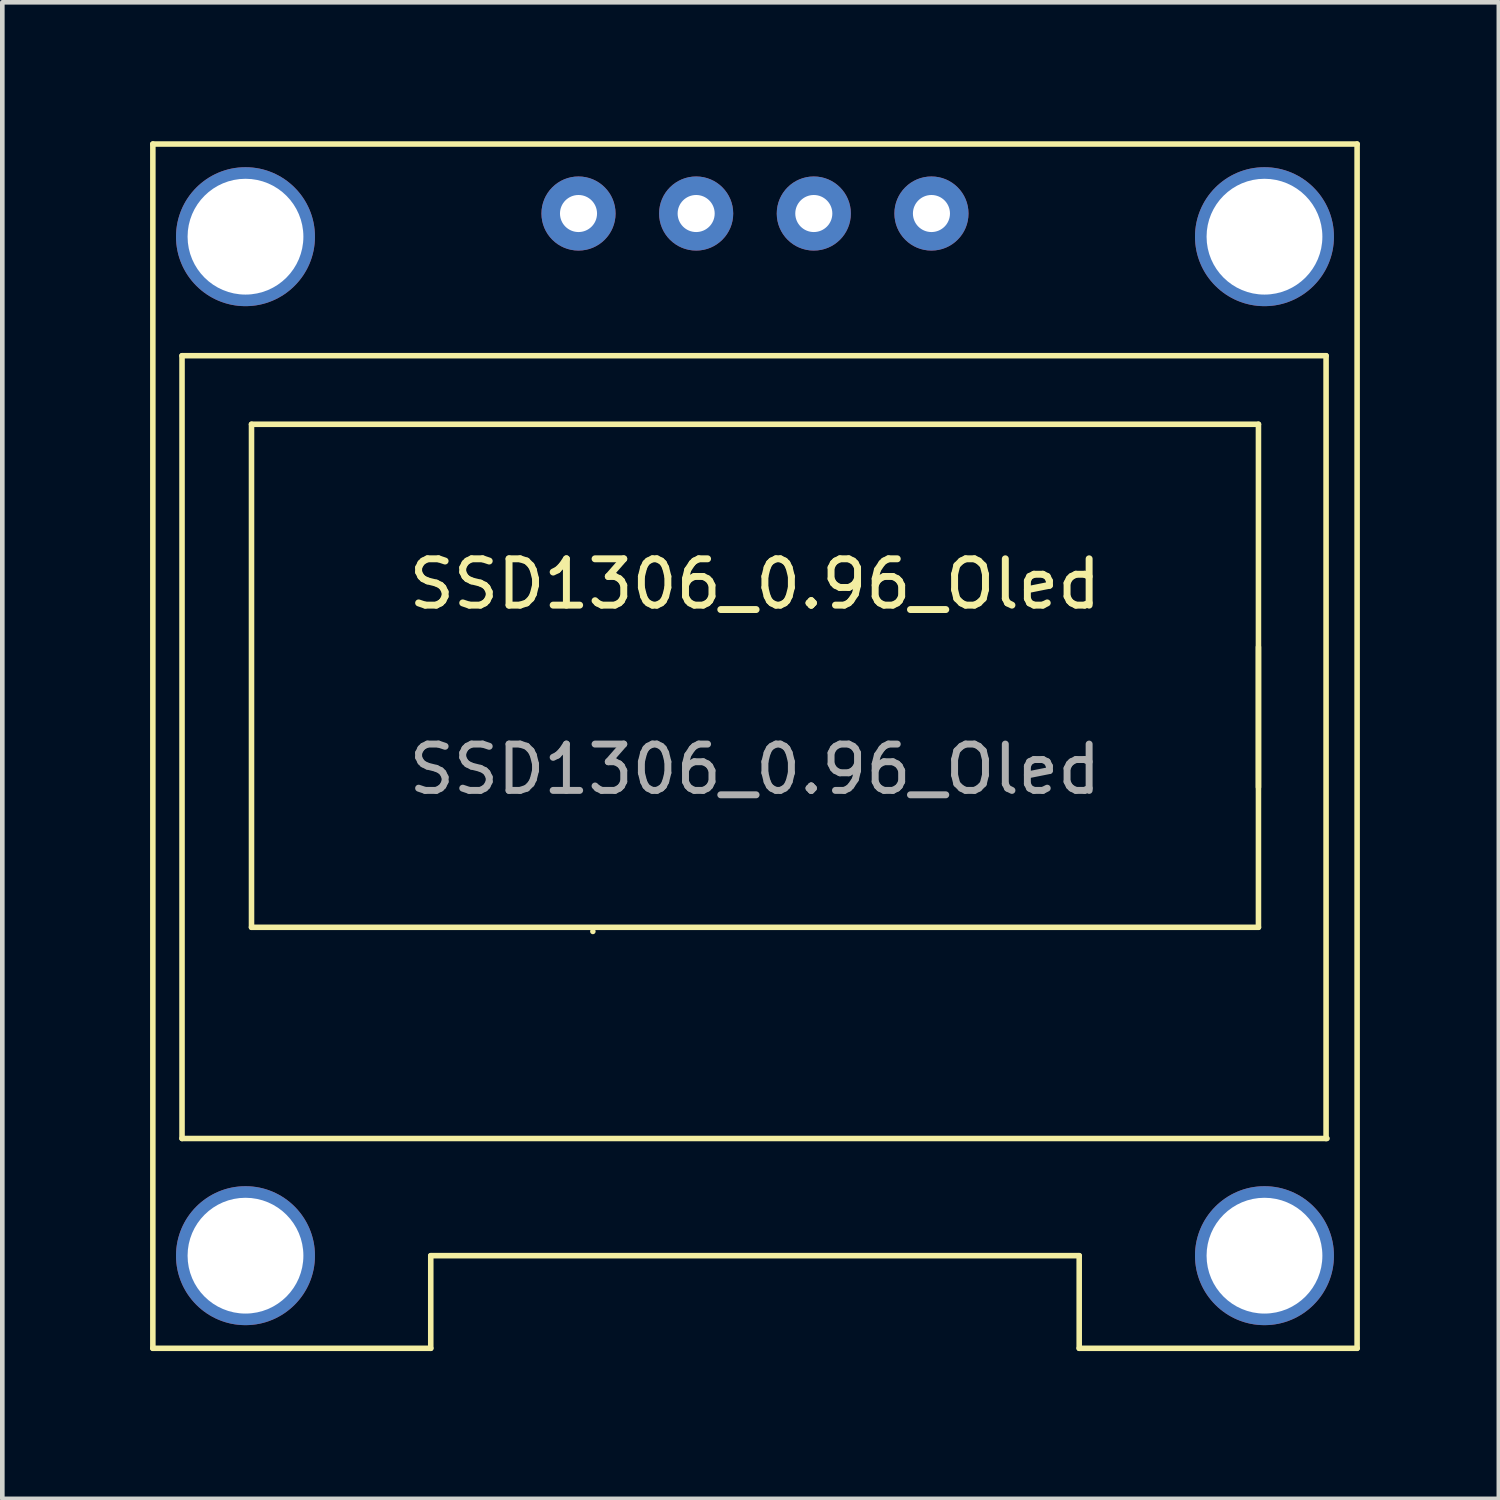
<source format=kicad_pcb>
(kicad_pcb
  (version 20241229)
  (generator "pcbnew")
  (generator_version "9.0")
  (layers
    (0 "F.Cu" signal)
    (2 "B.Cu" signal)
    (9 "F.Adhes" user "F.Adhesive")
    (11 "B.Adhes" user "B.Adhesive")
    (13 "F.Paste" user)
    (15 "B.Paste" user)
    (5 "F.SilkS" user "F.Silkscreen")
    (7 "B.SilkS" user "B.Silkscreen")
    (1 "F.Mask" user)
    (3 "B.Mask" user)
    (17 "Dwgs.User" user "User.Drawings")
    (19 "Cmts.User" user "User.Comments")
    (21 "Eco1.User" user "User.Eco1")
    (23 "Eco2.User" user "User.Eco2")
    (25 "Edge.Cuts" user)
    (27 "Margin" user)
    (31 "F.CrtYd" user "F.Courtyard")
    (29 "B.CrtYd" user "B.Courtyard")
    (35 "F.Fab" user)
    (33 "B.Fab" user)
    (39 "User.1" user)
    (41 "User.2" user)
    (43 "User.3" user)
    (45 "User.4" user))
  (footprint "SSD1306_0.96_Oled"
    (layer "F.Cu")
    (at 0.25 26.06)
    (property "Reference" "SSD1306_0.96_Oled" (at 13 -16.5 0) (unlocked yes) (layer "F.SilkS") (effects (font (size 1 1) (thickness 0.15))))
    (attr through_hole)
    (fp_line (start 0 -26) (end 0 0) (stroke (width 0.12) (type solid)) (layer "F.SilkS"))
    (fp_line (start 0 0) (end 6 0) (stroke (width 0.12) (type solid)) (layer "F.SilkS"))
    (fp_line (start 0.63 -21.43) (end 0.63 -4.53) (stroke (width 0.12) (type solid)) (layer "F.SilkS"))
    (fp_line (start 0.63 -4.53) (end 25.35 -4.53) (stroke (width 0.12) (type solid)) (layer "F.SilkS"))
    (fp_line (start 2.13 -19.95) (end 2.13 -9.09) (stroke (width 0.12) (type solid)) (layer "F.SilkS"))
    (fp_line (start 2.13 -9.09) (end 23.87 -9.09) (stroke (width 0.12) (type solid)) (layer "F.SilkS"))
    (fp_line (start 6 -2) (end 20 -2) (stroke (width 0.12) (type solid)) (layer "F.SilkS"))
    (fp_line (start 6 0) (end 6 -2) (stroke (width 0.12) (type solid)) (layer "F.SilkS"))
    (fp_line (start 9.5 -9) (end 9.5 -9) (stroke (width 0.12) (type solid)) (layer "F.SilkS"))
    (fp_line (start 20 -2) (end 20 0) (stroke (width 0.12) (type solid)) (layer "F.SilkS"))
    (fp_line (start 20 0) (end 26 0) (stroke (width 0.12) (type solid)) (layer "F.SilkS"))
    (fp_line (start 23.87 -19.95) (end 2.13 -19.95) (stroke (width 0.12) (type solid)) (layer "F.SilkS"))
    (fp_line (start 23.87 -19.95) (end 23.87 -12.115) (stroke (width 0.12) (type solid)) (layer "F.SilkS"))
    (fp_line (start 23.87 -9.09) (end 23.87 -15.14) (stroke (width 0.12) (type solid)) (layer "F.SilkS"))
    (fp_line (start 25.33 -21.43) (end 0.63 -21.43) (stroke (width 0.12) (type solid)) (layer "F.SilkS"))
    (fp_line (start 25.33 -21.43) (end 25.33 -4.53) (stroke (width 0.12) (type solid)) (layer "F.SilkS"))
    (fp_line (start 26 -26) (end 0 -26) (stroke (width 0.12) (type solid)) (layer "F.SilkS"))
    (fp_line (start 26 0) (end 26 -26) (stroke (width 0.12) (type solid)) (layer "F.SilkS"))
    (fp_text user "${REFERENCE}" (at 13 -12.5 0) (unlocked yes) (layer "F.Fab") (effects (font (size 1 1) (thickness 0.15))))
    (pad "" np_thru_hole circle (at 2 -24) (size 3 3) (drill 2.5) (layers "*.Cu" "*.Mask"))
    (pad "" np_thru_hole circle (at 2 -2) (size 3 3) (drill 2.5) (layers "*.Cu" "*.Mask"))
    (pad "" np_thru_hole circle (at 24 -24) (size 3 3) (drill 2.5) (layers "*.Cu" "*.Mask"))
    (pad "" np_thru_hole circle (at 24 -2) (size 3 3) (drill 2.5) (layers "*.Cu" "*.Mask"))
    (pad "1" thru_hole circle (at 9.19 -24.5) (size 1.6 1.6) (drill 0.8) (layers "*.Cu" "*.Mask"))
    (pad "2" thru_hole circle (at 11.73 -24.5) (size 1.6 1.6) (drill 0.8) (layers "*.Cu" "*.Mask"))
    (pad "3" thru_hole circle (at 14.27 -24.5) (size 1.6 1.6) (drill 0.8) (layers "*.Cu" "*.Mask"))
    (pad "4" thru_hole circle (at 16.81 -24.5) (size 1.6 1.6) (drill 0.8) (layers "*.Cu" "*.Mask")))
  (gr_rect
    (start -3 -3)
    (end 29.31 29.31)
    (stroke (width 0.1) (type default))
    (fill no)
    (layer "Edge.Cuts")))
</source>
